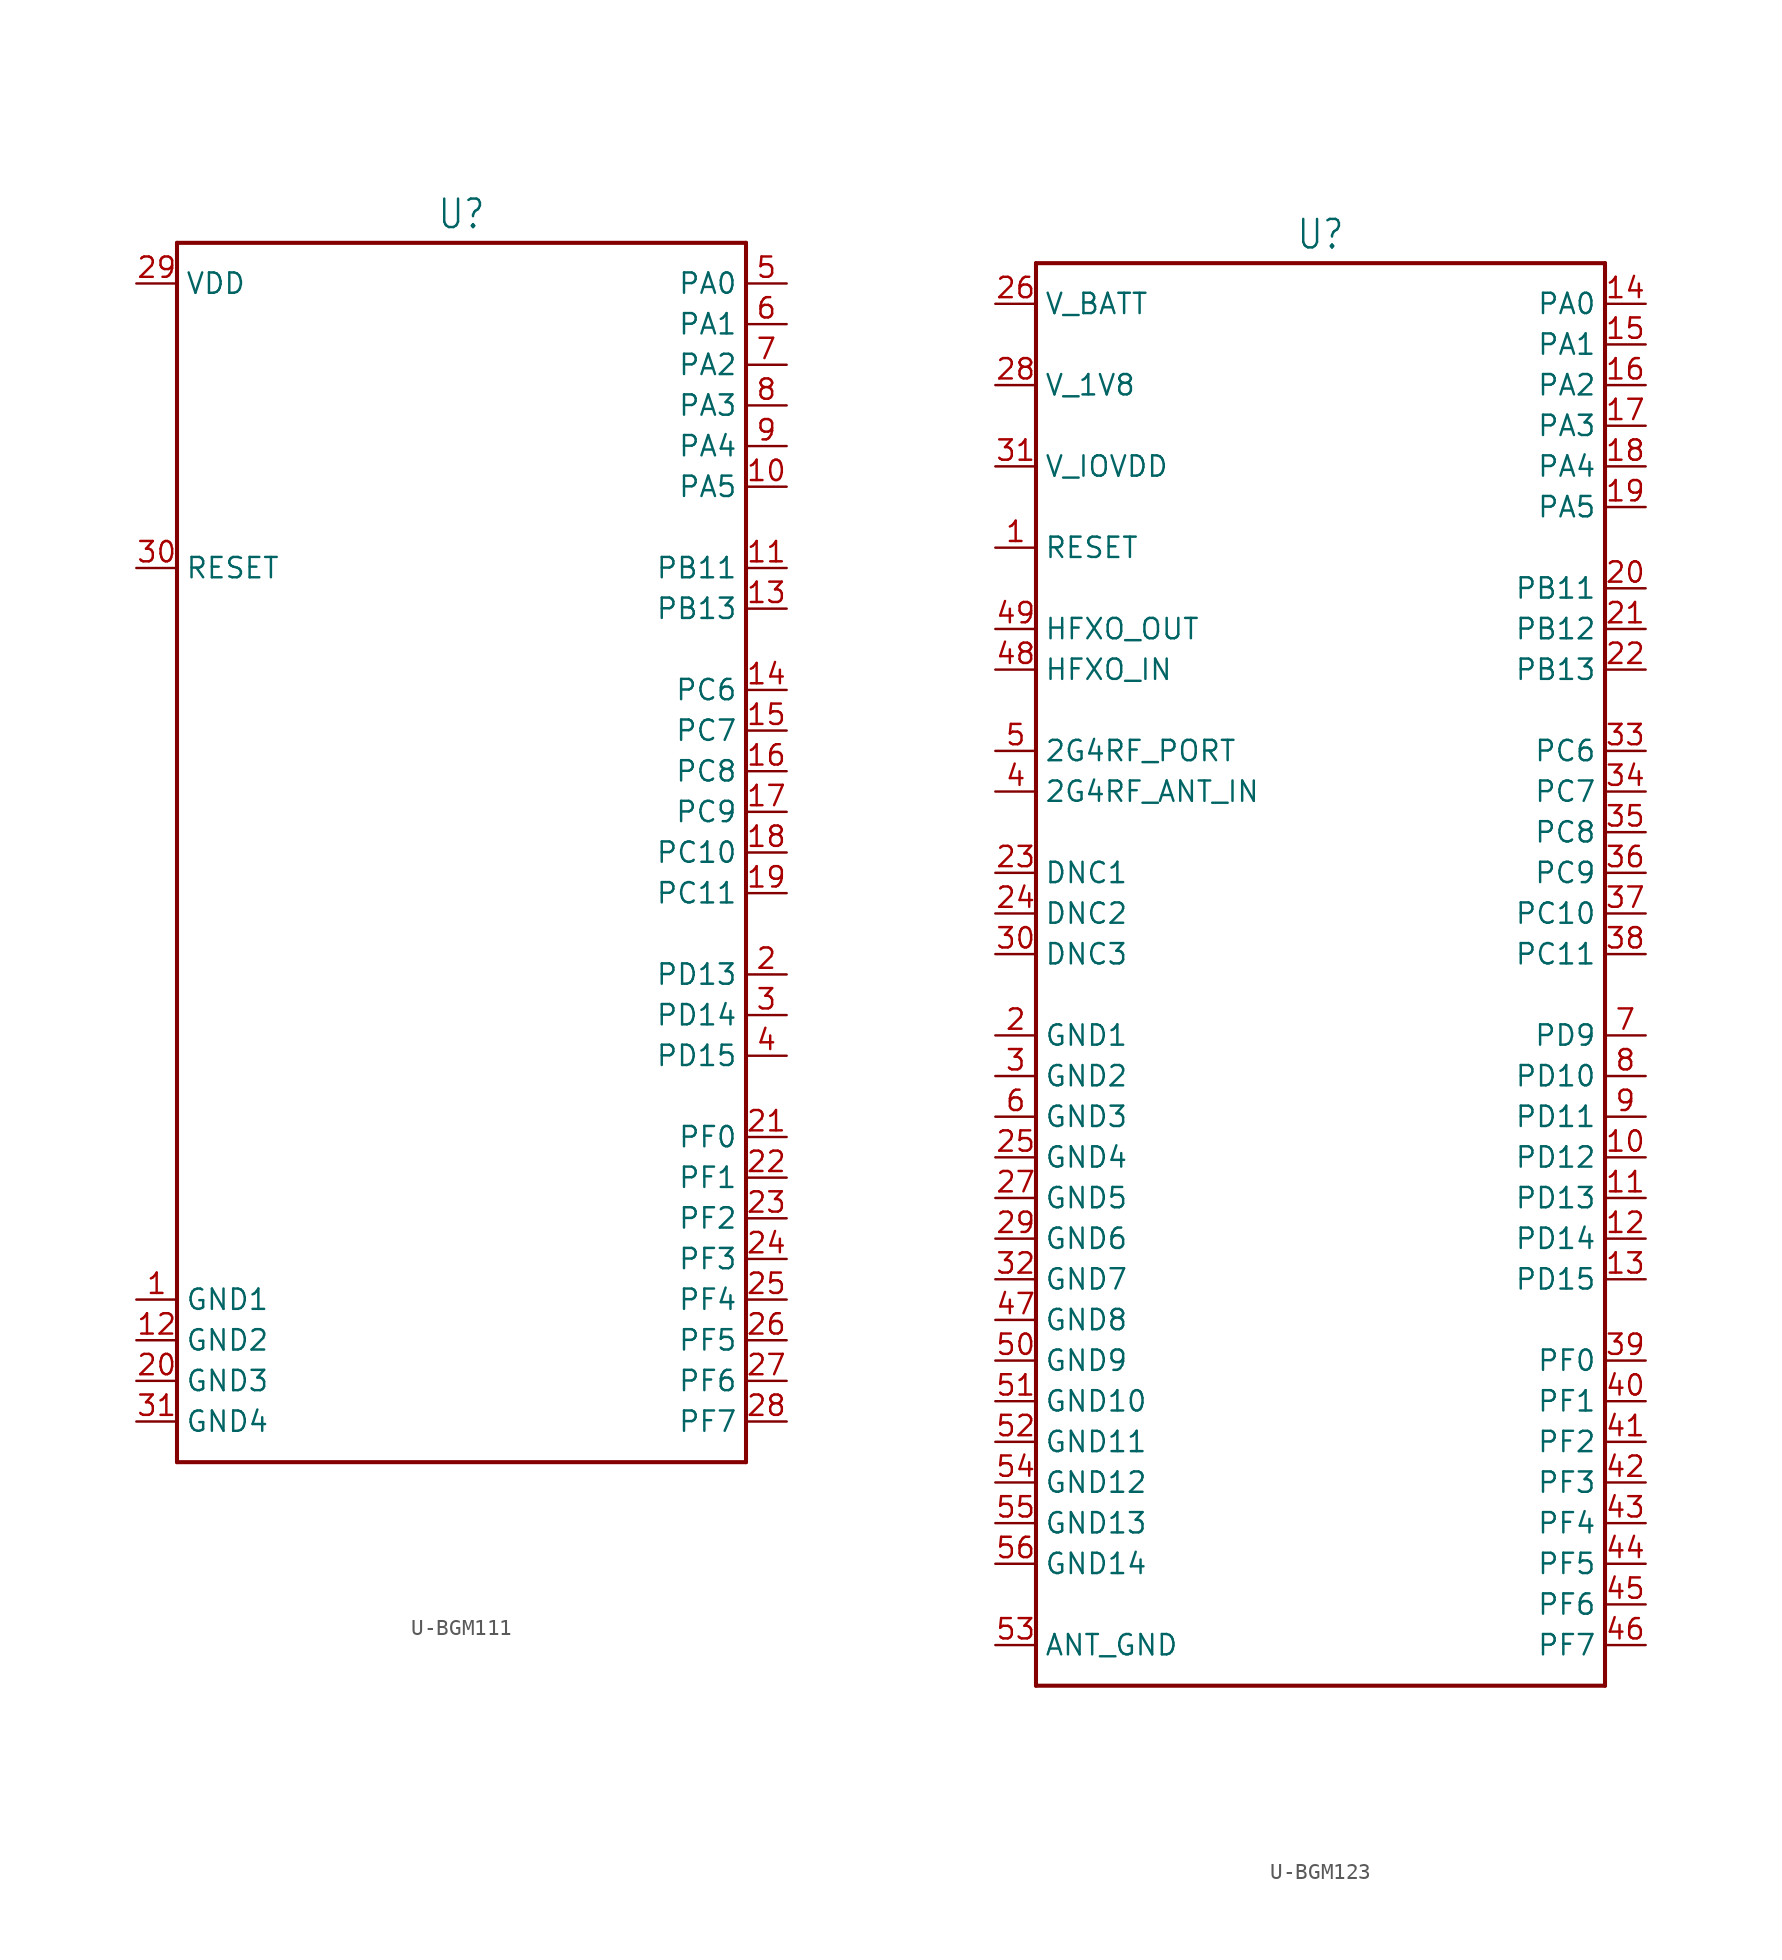
<source format=kicad_sym>
(kicad_symbol_lib
  (version 20231120)
  (generator "kicad_symbol_editor")
  (generator_version "8.0")
  (symbol "U-BGM111"
    (property "Reference" "U"
      (at 0 38.862 0)
      (effects (font (size 1.778 1.511)) (justify bottom)))
    (property "Value" ""
      (at 0 -38.862 0)
      (effects (font (size 1.778 1.511)) (justify top)))
    (property "ki_locked" ""
      (at 0 0 0)
      (effects (font (size 1.27 1.27))))
    (symbol "U-BGM111_1_0"
      (polyline (pts (xy -17.78 -38.1) (xy -17.78 38.1)) (stroke (width 0.254) (type solid)) (fill (type none)))
      (polyline (pts (xy -17.78 38.1) (xy 17.78 38.1)) (stroke (width 0.254) (type solid)) (fill (type none)))
      (polyline (pts (xy 17.78 -38.1) (xy -17.78 -38.1)) (stroke (width 0.254) (type solid)) (fill (type none)))
      (polyline (pts (xy 17.78 38.1) (xy 17.78 -38.1)) (stroke (width 0.254) (type solid)) (fill (type none)))
      (pin passive line (at -20.32 -27.94 0) (length 2.54) (name "GND1" (effects (font (size 1.27 1.27)))) (number "1" (effects (font (size 1.27 1.27)))))
      (pin passive line (at 20.32 22.86 180) (length 2.54) (name "PA5" (effects (font (size 1.27 1.27)))) (number "10" (effects (font (size 1.27 1.27)))))
      (pin passive line (at 20.32 17.78 180) (length 2.54) (name "PB11" (effects (font (size 1.27 1.27)))) (number "11" (effects (font (size 1.27 1.27)))))
      (pin passive line (at -20.32 -30.48 0) (length 2.54) (name "GND2" (effects (font (size 1.27 1.27)))) (number "12" (effects (font (size 1.27 1.27)))))
      (pin passive line (at 20.32 15.24 180) (length 2.54) (name "PB13" (effects (font (size 1.27 1.27)))) (number "13" (effects (font (size 1.27 1.27)))))
      (pin passive line (at 20.32 10.16 180) (length 2.54) (name "PC6" (effects (font (size 1.27 1.27)))) (number "14" (effects (font (size 1.27 1.27)))))
      (pin passive line (at 20.32 7.62 180) (length 2.54) (name "PC7" (effects (font (size 1.27 1.27)))) (number "15" (effects (font (size 1.27 1.27)))))
      (pin passive line (at 20.32 5.08 180) (length 2.54) (name "PC8" (effects (font (size 1.27 1.27)))) (number "16" (effects (font (size 1.27 1.27)))))
      (pin passive line (at 20.32 2.54 180) (length 2.54) (name "PC9" (effects (font (size 1.27 1.27)))) (number "17" (effects (font (size 1.27 1.27)))))
      (pin passive line (at 20.32 0 180) (length 2.54) (name "PC10" (effects (font (size 1.27 1.27)))) (number "18" (effects (font (size 1.27 1.27)))))
      (pin passive line (at 20.32 -2.54 180) (length 2.54) (name "PC11" (effects (font (size 1.27 1.27)))) (number "19" (effects (font (size 1.27 1.27)))))
      (pin passive line (at 20.32 -7.62 180) (length 2.54) (name "PD13" (effects (font (size 1.27 1.27)))) (number "2" (effects (font (size 1.27 1.27)))))
      (pin passive line (at -20.32 -33.02 0) (length 2.54) (name "GND3" (effects (font (size 1.27 1.27)))) (number "20" (effects (font (size 1.27 1.27)))))
      (pin passive line (at 20.32 -17.78 180) (length 2.54) (name "PF0" (effects (font (size 1.27 1.27)))) (number "21" (effects (font (size 1.27 1.27)))))
      (pin passive line (at 20.32 -20.32 180) (length 2.54) (name "PF1" (effects (font (size 1.27 1.27)))) (number "22" (effects (font (size 1.27 1.27)))))
      (pin passive line (at 20.32 -22.86 180) (length 2.54) (name "PF2" (effects (font (size 1.27 1.27)))) (number "23" (effects (font (size 1.27 1.27)))))
      (pin passive line (at 20.32 -25.4 180) (length 2.54) (name "PF3" (effects (font (size 1.27 1.27)))) (number "24" (effects (font (size 1.27 1.27)))))
      (pin passive line (at 20.32 -27.94 180) (length 2.54) (name "PF4" (effects (font (size 1.27 1.27)))) (number "25" (effects (font (size 1.27 1.27)))))
      (pin passive line (at 20.32 -30.48 180) (length 2.54) (name "PF5" (effects (font (size 1.27 1.27)))) (number "26" (effects (font (size 1.27 1.27)))))
      (pin passive line (at 20.32 -33.02 180) (length 2.54) (name "PF6" (effects (font (size 1.27 1.27)))) (number "27" (effects (font (size 1.27 1.27)))))
      (pin passive line (at 20.32 -35.56 180) (length 2.54) (name "PF7" (effects (font (size 1.27 1.27)))) (number "28" (effects (font (size 1.27 1.27)))))
      (pin passive line (at -20.32 35.56 0) (length 2.54) (name "VDD" (effects (font (size 1.27 1.27)))) (number "29" (effects (font (size 1.27 1.27)))))
      (pin passive line (at 20.32 -10.16 180) (length 2.54) (name "PD14" (effects (font (size 1.27 1.27)))) (number "3" (effects (font (size 1.27 1.27)))))
      (pin passive line (at -20.32 17.78 0) (length 2.54) (name "RESET" (effects (font (size 1.27 1.27)))) (number "30" (effects (font (size 1.27 1.27)))))
      (pin passive line (at -20.32 -35.56 0) (length 2.54) (name "GND4" (effects (font (size 1.27 1.27)))) (number "31" (effects (font (size 1.27 1.27)))))
      (pin passive line (at 20.32 -12.7 180) (length 2.54) (name "PD15" (effects (font (size 1.27 1.27)))) (number "4" (effects (font (size 1.27 1.27)))))
      (pin passive line (at 20.32 35.56 180) (length 2.54) (name "PA0" (effects (font (size 1.27 1.27)))) (number "5" (effects (font (size 1.27 1.27)))))
      (pin passive line (at 20.32 33.02 180) (length 2.54) (name "PA1" (effects (font (size 1.27 1.27)))) (number "6" (effects (font (size 1.27 1.27)))))
      (pin passive line (at 20.32 30.48 180) (length 2.54) (name "PA2" (effects (font (size 1.27 1.27)))) (number "7" (effects (font (size 1.27 1.27)))))
      (pin passive line (at 20.32 27.94 180) (length 2.54) (name "PA3" (effects (font (size 1.27 1.27)))) (number "8" (effects (font (size 1.27 1.27)))))
      (pin passive line (at 20.32 25.4 180) (length 2.54) (name "PA4" (effects (font (size 1.27 1.27)))) (number "9" (effects (font (size 1.27 1.27)))))))
  (symbol "U-BGM123"
    (property "Reference" "U"
      (at 0 43.942 0)
      (effects (font (size 1.778 1.511)) (justify bottom)))
    (property "Value" ""
      (at 0 -46.482 0)
      (effects (font (size 1.778 1.511)) (justify top)))
    (property "ki_locked" ""
      (at 0 0 0)
      (effects (font (size 1.27 1.27))))
    (symbol "U-BGM123_1_0"
      (polyline (pts (xy -17.78 -45.72) (xy -17.78 43.18)) (stroke (width 0.254) (type solid)) (fill (type none)))
      (polyline (pts (xy -17.78 43.18) (xy 17.78 43.18)) (stroke (width 0.254) (type solid)) (fill (type none)))
      (polyline (pts (xy 17.78 -45.72) (xy -17.78 -45.72)) (stroke (width 0.254) (type solid)) (fill (type none)))
      (polyline (pts (xy 17.78 43.18) (xy 17.78 -45.72)) (stroke (width 0.254) (type solid)) (fill (type none)))
      (pin passive line (at -20.32 25.4 0) (length 2.54) (name "RESET" (effects (font (size 1.27 1.27)))) (number "1" (effects (font (size 1.27 1.27)))))
      (pin passive line (at 20.32 -12.7 180) (length 2.54) (name "PD12" (effects (font (size 1.27 1.27)))) (number "10" (effects (font (size 1.27 1.27)))))
      (pin passive line (at 20.32 -15.24 180) (length 2.54) (name "PD13" (effects (font (size 1.27 1.27)))) (number "11" (effects (font (size 1.27 1.27)))))
      (pin passive line (at 20.32 -17.78 180) (length 2.54) (name "PD14" (effects (font (size 1.27 1.27)))) (number "12" (effects (font (size 1.27 1.27)))))
      (pin passive line (at 20.32 -20.32 180) (length 2.54) (name "PD15" (effects (font (size 1.27 1.27)))) (number "13" (effects (font (size 1.27 1.27)))))
      (pin passive line (at 20.32 40.64 180) (length 2.54) (name "PA0" (effects (font (size 1.27 1.27)))) (number "14" (effects (font (size 1.27 1.27)))))
      (pin passive line (at 20.32 38.1 180) (length 2.54) (name "PA1" (effects (font (size 1.27 1.27)))) (number "15" (effects (font (size 1.27 1.27)))))
      (pin passive line (at 20.32 35.56 180) (length 2.54) (name "PA2" (effects (font (size 1.27 1.27)))) (number "16" (effects (font (size 1.27 1.27)))))
      (pin passive line (at 20.32 33.02 180) (length 2.54) (name "PA3" (effects (font (size 1.27 1.27)))) (number "17" (effects (font (size 1.27 1.27)))))
      (pin passive line (at 20.32 30.48 180) (length 2.54) (name "PA4" (effects (font (size 1.27 1.27)))) (number "18" (effects (font (size 1.27 1.27)))))
      (pin passive line (at 20.32 27.94 180) (length 2.54) (name "PA5" (effects (font (size 1.27 1.27)))) (number "19" (effects (font (size 1.27 1.27)))))
      (pin passive line (at -20.32 -5.08 0) (length 2.54) (name "GND1" (effects (font (size 1.27 1.27)))) (number "2" (effects (font (size 1.27 1.27)))))
      (pin passive line (at 20.32 22.86 180) (length 2.54) (name "PB11" (effects (font (size 1.27 1.27)))) (number "20" (effects (font (size 1.27 1.27)))))
      (pin passive line (at 20.32 20.32 180) (length 2.54) (name "PB12" (effects (font (size 1.27 1.27)))) (number "21" (effects (font (size 1.27 1.27)))))
      (pin passive line (at 20.32 17.78 180) (length 2.54) (name "PB13" (effects (font (size 1.27 1.27)))) (number "22" (effects (font (size 1.27 1.27)))))
      (pin passive line (at -20.32 5.08 0) (length 2.54) (name "DNC1" (effects (font (size 1.27 1.27)))) (number "23" (effects (font (size 1.27 1.27)))))
      (pin passive line (at -20.32 2.54 0) (length 2.54) (name "DNC2" (effects (font (size 1.27 1.27)))) (number "24" (effects (font (size 1.27 1.27)))))
      (pin passive line (at -20.32 -12.7 0) (length 2.54) (name "GND4" (effects (font (size 1.27 1.27)))) (number "25" (effects (font (size 1.27 1.27)))))
      (pin passive line (at -20.32 40.64 0) (length 2.54) (name "V_BATT" (effects (font (size 1.27 1.27)))) (number "26" (effects (font (size 1.27 1.27)))))
      (pin passive line (at -20.32 -15.24 0) (length 2.54) (name "GND5" (effects (font (size 1.27 1.27)))) (number "27" (effects (font (size 1.27 1.27)))))
      (pin passive line (at -20.32 35.56 0) (length 2.54) (name "V_1V8" (effects (font (size 1.27 1.27)))) (number "28" (effects (font (size 1.27 1.27)))))
      (pin passive line (at -20.32 -17.78 0) (length 2.54) (name "GND6" (effects (font (size 1.27 1.27)))) (number "29" (effects (font (size 1.27 1.27)))))
      (pin passive line (at -20.32 -7.62 0) (length 2.54) (name "GND2" (effects (font (size 1.27 1.27)))) (number "3" (effects (font (size 1.27 1.27)))))
      (pin passive line (at -20.32 0 0) (length 2.54) (name "DNC3" (effects (font (size 1.27 1.27)))) (number "30" (effects (font (size 1.27 1.27)))))
      (pin passive line (at -20.32 30.48 0) (length 2.54) (name "V_IOVDD" (effects (font (size 1.27 1.27)))) (number "31" (effects (font (size 1.27 1.27)))))
      (pin passive line (at -20.32 -20.32 0) (length 2.54) (name "GND7" (effects (font (size 1.27 1.27)))) (number "32" (effects (font (size 1.27 1.27)))))
      (pin passive line (at 20.32 12.7 180) (length 2.54) (name "PC6" (effects (font (size 1.27 1.27)))) (number "33" (effects (font (size 1.27 1.27)))))
      (pin passive line (at 20.32 10.16 180) (length 2.54) (name "PC7" (effects (font (size 1.27 1.27)))) (number "34" (effects (font (size 1.27 1.27)))))
      (pin passive line (at 20.32 7.62 180) (length 2.54) (name "PC8" (effects (font (size 1.27 1.27)))) (number "35" (effects (font (size 1.27 1.27)))))
      (pin passive line (at 20.32 5.08 180) (length 2.54) (name "PC9" (effects (font (size 1.27 1.27)))) (number "36" (effects (font (size 1.27 1.27)))))
      (pin passive line (at 20.32 2.54 180) (length 2.54) (name "PC10" (effects (font (size 1.27 1.27)))) (number "37" (effects (font (size 1.27 1.27)))))
      (pin passive line (at 20.32 0 180) (length 2.54) (name "PC11" (effects (font (size 1.27 1.27)))) (number "38" (effects (font (size 1.27 1.27)))))
      (pin passive line (at 20.32 -25.4 180) (length 2.54) (name "PF0" (effects (font (size 1.27 1.27)))) (number "39" (effects (font (size 1.27 1.27)))))
      (pin passive line (at -20.32 10.16 0) (length 2.54) (name "2G4RF_ANT_IN" (effects (font (size 1.27 1.27)))) (number "4" (effects (font (size 1.27 1.27)))))
      (pin passive line (at 20.32 -27.94 180) (length 2.54) (name "PF1" (effects (font (size 1.27 1.27)))) (number "40" (effects (font (size 1.27 1.27)))))
      (pin passive line (at 20.32 -30.48 180) (length 2.54) (name "PF2" (effects (font (size 1.27 1.27)))) (number "41" (effects (font (size 1.27 1.27)))))
      (pin passive line (at 20.32 -33.02 180) (length 2.54) (name "PF3" (effects (font (size 1.27 1.27)))) (number "42" (effects (font (size 1.27 1.27)))))
      (pin passive line (at 20.32 -35.56 180) (length 2.54) (name "PF4" (effects (font (size 1.27 1.27)))) (number "43" (effects (font (size 1.27 1.27)))))
      (pin passive line (at 20.32 -38.1 180) (length 2.54) (name "PF5" (effects (font (size 1.27 1.27)))) (number "44" (effects (font (size 1.27 1.27)))))
      (pin passive line (at 20.32 -40.64 180) (length 2.54) (name "PF6" (effects (font (size 1.27 1.27)))) (number "45" (effects (font (size 1.27 1.27)))))
      (pin passive line (at 20.32 -43.18 180) (length 2.54) (name "PF7" (effects (font (size 1.27 1.27)))) (number "46" (effects (font (size 1.27 1.27)))))
      (pin passive line (at -20.32 -22.86 0) (length 2.54) (name "GND8" (effects (font (size 1.27 1.27)))) (number "47" (effects (font (size 1.27 1.27)))))
      (pin passive line (at -20.32 17.78 0) (length 2.54) (name "HFXO_IN" (effects (font (size 1.27 1.27)))) (number "48" (effects (font (size 1.27 1.27)))))
      (pin passive line (at -20.32 20.32 0) (length 2.54) (name "HFXO_OUT" (effects (font (size 1.27 1.27)))) (number "49" (effects (font (size 1.27 1.27)))))
      (pin passive line (at -20.32 12.7 0) (length 2.54) (name "2G4RF_PORT" (effects (font (size 1.27 1.27)))) (number "5" (effects (font (size 1.27 1.27)))))
      (pin passive line (at -20.32 -25.4 0) (length 2.54) (name "GND9" (effects (font (size 1.27 1.27)))) (number "50" (effects (font (size 1.27 1.27)))))
      (pin passive line (at -20.32 -27.94 0) (length 2.54) (name "GND10" (effects (font (size 1.27 1.27)))) (number "51" (effects (font (size 1.27 1.27)))))
      (pin passive line (at -20.32 -30.48 0) (length 2.54) (name "GND11" (effects (font (size 1.27 1.27)))) (number "52" (effects (font (size 1.27 1.27)))))
      (pin passive line (at -20.32 -43.18 0) (length 2.54) (name "ANT_GND" (effects (font (size 1.27 1.27)))) (number "53" (effects (font (size 1.27 1.27)))))
      (pin passive line (at -20.32 -33.02 0) (length 2.54) (name "GND12" (effects (font (size 1.27 1.27)))) (number "54" (effects (font (size 1.27 1.27)))))
      (pin passive line (at -20.32 -35.56 0) (length 2.54) (name "GND13" (effects (font (size 1.27 1.27)))) (number "55" (effects (font (size 1.27 1.27)))))
      (pin passive line (at -20.32 -38.1 0) (length 2.54) (name "GND14" (effects (font (size 1.27 1.27)))) (number "56" (effects (font (size 1.27 1.27)))))
      (pin passive line (at -20.32 -10.16 0) (length 2.54) (name "GND3" (effects (font (size 1.27 1.27)))) (number "6" (effects (font (size 1.27 1.27)))))
      (pin passive line (at 20.32 -5.08 180) (length 2.54) (name "PD9" (effects (font (size 1.27 1.27)))) (number "7" (effects (font (size 1.27 1.27)))))
      (pin passive line (at 20.32 -7.62 180) (length 2.54) (name "PD10" (effects (font (size 1.27 1.27)))) (number "8" (effects (font (size 1.27 1.27)))))
      (pin passive line (at 20.32 -10.16 180) (length 2.54) (name "PD11" (effects (font (size 1.27 1.27)))) (number "9" (effects (font (size 1.27 1.27))))))))
</source>
